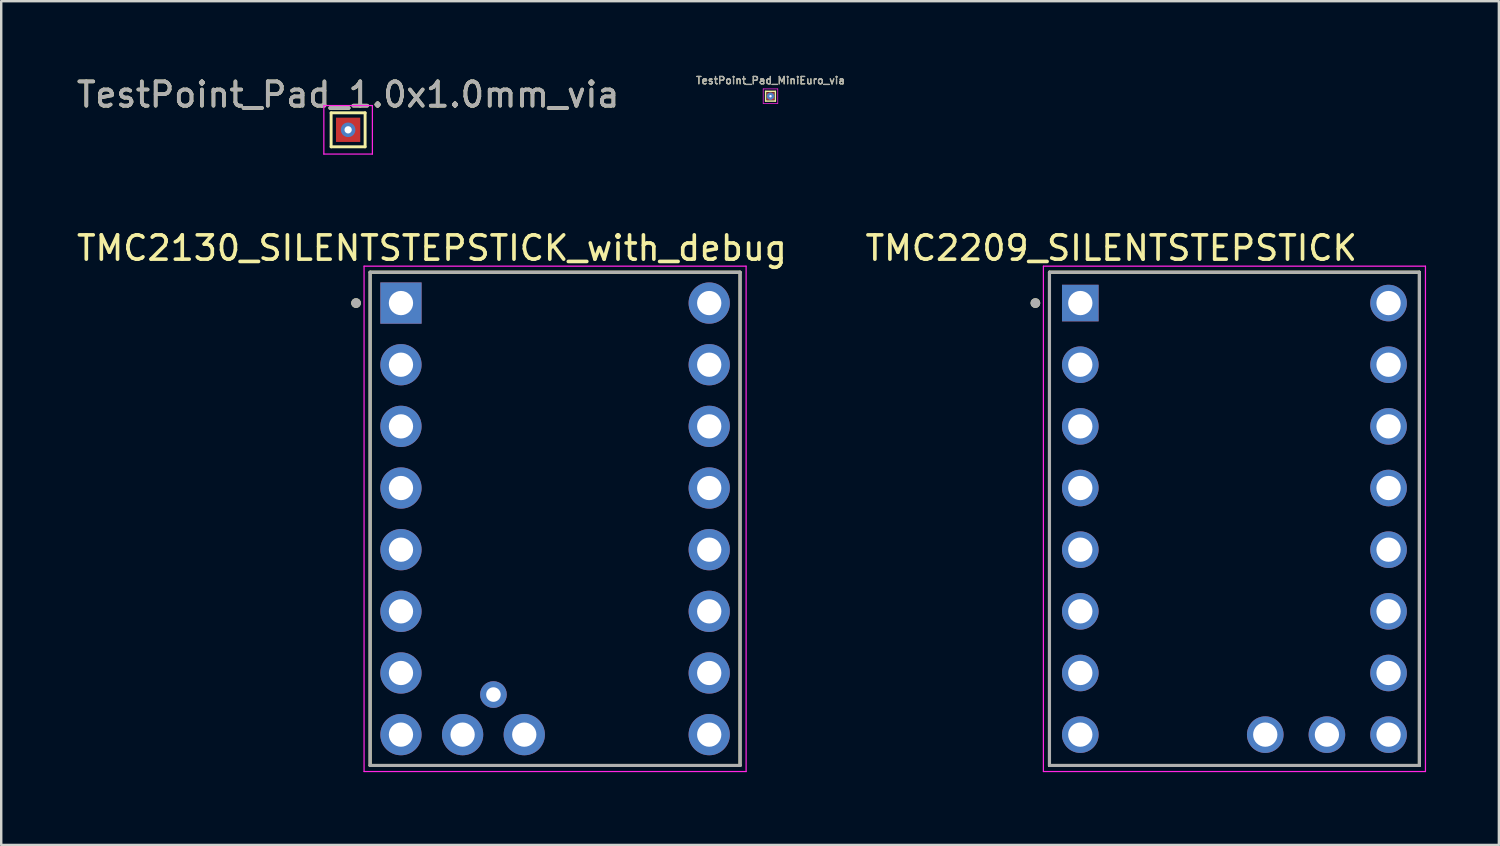
<source format=kicad_pcb>
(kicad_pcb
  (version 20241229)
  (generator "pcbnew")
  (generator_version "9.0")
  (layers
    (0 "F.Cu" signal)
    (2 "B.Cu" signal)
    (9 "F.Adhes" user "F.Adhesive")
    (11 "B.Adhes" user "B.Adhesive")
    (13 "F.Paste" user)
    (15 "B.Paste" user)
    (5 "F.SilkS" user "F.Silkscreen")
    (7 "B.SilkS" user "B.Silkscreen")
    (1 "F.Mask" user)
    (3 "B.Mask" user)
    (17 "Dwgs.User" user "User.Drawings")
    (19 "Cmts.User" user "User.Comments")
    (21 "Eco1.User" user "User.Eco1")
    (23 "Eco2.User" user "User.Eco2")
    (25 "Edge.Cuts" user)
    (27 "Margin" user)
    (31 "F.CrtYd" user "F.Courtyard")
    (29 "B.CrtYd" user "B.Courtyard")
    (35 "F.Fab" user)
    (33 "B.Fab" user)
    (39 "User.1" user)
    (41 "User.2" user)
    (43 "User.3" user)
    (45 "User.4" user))
  (footprint "TestPoint_Pad_1.0x1.0mm_via"
    (layer "F.Cu")
    (at 11.292 2.298)
    (property "Reference" "TestPoint_Pad_1.0x1.0mm_via" (at 0 -1.448 0) (layer "F.SilkS") (effects (font (size 1 1) (thickness 0.15))))
    (attr exclude_from_pos_files exclude_from_bom)
    (fp_line (start -0.7 -0.7) (end 0.7 -0.7) (stroke (width 0.12) (type solid)) (layer "F.SilkS"))
    (fp_line (start -0.7 0.7) (end -0.7 -0.7) (stroke (width 0.12) (type solid)) (layer "F.SilkS"))
    (fp_line (start 0.7 -0.7) (end 0.7 0.7) (stroke (width 0.12) (type solid)) (layer "F.SilkS"))
    (fp_line (start 0.7 0.7) (end -0.7 0.7) (stroke (width 0.12) (type solid)) (layer "F.SilkS"))
    (fp_line (start -1 -1) (end -1 1) (stroke (width 0.05) (type solid)) (layer "F.CrtYd"))
    (fp_line (start -1 -1) (end 1 -1) (stroke (width 0.05) (type solid)) (layer "F.CrtYd"))
    (fp_line (start 1 1) (end -1 1) (stroke (width 0.05) (type solid)) (layer "F.CrtYd"))
    (fp_line (start 1 1) (end 1 -1) (stroke (width 0.05) (type solid)) (layer "F.CrtYd"))
    (fp_text user "${REFERENCE}" (at 0 -1.45 0) (layer "F.Fab") (effects (font (size 1 1) (thickness 0.15))))
    (pad "1" smd rect (at 0 0) (size 1 1) (layers "F.Cu" "F.Mask"))
    (pad "2" thru_hole circle (at 0 0) (size 0.6 0.6) (drill 0.3) (layers "*.Cu" "*.Mask")))
  (footprint "TMC2130_SILENTSTEPSTICK_with_debug"
    (layer "F.Cu")
    (at 19.819 18.326)
    (property "Reference" "TMC2130_SILENTSTEPSTICK_with_debug" (at -5.075 -11.155 0) (layer "F.SilkS") (effects (font (size 1 1) (thickness 0.15))))
    (attr through_hole)
    (fp_line (start -7.62 -10.16) (end 7.62 -10.16) (stroke (width 0.127) (type solid)) (layer "F.SilkS"))
    (fp_line (start -7.62 10.16) (end -7.62 -10.16) (stroke (width 0.127) (type solid)) (layer "F.SilkS"))
    (fp_line (start 7.62 -10.16) (end 7.62 10.16) (stroke (width 0.127) (type solid)) (layer "F.SilkS"))
    (fp_line (start 7.62 10.16) (end -7.62 10.16) (stroke (width 0.127) (type solid)) (layer "F.SilkS"))
    (fp_circle (center -8.2 -8.89) (end -8.1 -8.89) (stroke (width 0.2) (type solid)) (fill no) (layer "F.SilkS"))
    (fp_line (start -7.87 -10.41) (end 7.87 -10.41) (stroke (width 0.05) (type solid)) (layer "F.CrtYd"))
    (fp_line (start -7.87 10.41) (end -7.87 -10.41) (stroke (width 0.05) (type solid)) (layer "F.CrtYd"))
    (fp_line (start 7.87 -10.41) (end 7.87 10.41) (stroke (width 0.05) (type solid)) (layer "F.CrtYd"))
    (fp_line (start 7.87 10.41) (end -7.87 10.41) (stroke (width 0.05) (type solid)) (layer "F.CrtYd"))
    (fp_line (start -7.62 -10.16) (end 7.62 -10.16) (stroke (width 0.127) (type solid)) (layer "F.Fab"))
    (fp_line (start -7.62 10.16) (end -7.62 -10.16) (stroke (width 0.127) (type solid)) (layer "F.Fab"))
    (fp_line (start 7.62 -10.16) (end 7.62 10.16) (stroke (width 0.127) (type solid)) (layer "F.Fab"))
    (fp_line (start 7.62 10.16) (end -7.62 10.16) (stroke (width 0.127) (type solid)) (layer "F.Fab"))
    (fp_circle (center -8.2 -8.89) (end -8.1 -8.89) (stroke (width 0.2) (type solid)) (fill no) (layer "F.Fab"))
    (pad "1" thru_hole rect (at -6.35 -8.89) (size 1.7 1.7) (drill 1) (layers "*.Cu" "*.Mask"))
    (pad "2" thru_hole circle (at -6.35 -6.35) (size 1.7 1.7) (drill 1) (layers "*.Cu" "*.Mask"))
    (pad "3" thru_hole circle (at -6.35 -3.81) (size 1.7 1.7) (drill 1) (layers "*.Cu" "*.Mask"))
    (pad "4" thru_hole circle (at -6.35 -1.27) (size 1.7 1.7) (drill 1) (layers "*.Cu" "*.Mask"))
    (pad "5" thru_hole circle (at -6.35 1.27) (size 1.7 1.7) (drill 1) (layers "*.Cu" "*.Mask"))
    (pad "6" thru_hole circle (at -6.35 3.81) (size 1.7 1.7) (drill 1) (layers "*.Cu" "*.Mask"))
    (pad "7" thru_hole circle (at -6.35 6.35) (size 1.7 1.7) (drill 1) (layers "*.Cu" "*.Mask"))
    (pad "8" thru_hole circle (at -6.35 8.89) (size 1.7 1.7) (drill 1) (layers "*.Cu" "*.Mask"))
    (pad "9" thru_hole circle (at 6.35 8.89) (size 1.7 1.7) (drill 1) (layers "*.Cu" "*.Mask"))
    (pad "10" thru_hole circle (at 6.35 6.35) (size 1.7 1.7) (drill 1) (layers "*.Cu" "*.Mask"))
    (pad "11" thru_hole circle (at 6.35 3.81) (size 1.7 1.7) (drill 1) (layers "*.Cu" "*.Mask"))
    (pad "12" thru_hole circle (at 6.35 1.27) (size 1.7 1.7) (drill 1) (layers "*.Cu" "*.Mask"))
    (pad "13" thru_hole circle (at 6.35 -1.27) (size 1.7 1.7) (drill 1) (layers "*.Cu" "*.Mask"))
    (pad "14" thru_hole circle (at 6.35 -3.81) (size 1.7 1.7) (drill 1) (layers "*.Cu" "*.Mask"))
    (pad "15" thru_hole circle (at 6.35 -6.35) (size 1.7 1.7) (drill 1) (layers "*.Cu" "*.Mask"))
    (pad "16" thru_hole circle (at 6.35 -8.89) (size 1.7 1.7) (drill 1) (layers "*.Cu" "*.Mask"))
    (pad "17" thru_hole circle (at -2.54 7.239) (size 1.1 1.1) (drill 0.6) (layers "*.Cu" "*.Mask"))
    (pad "18" thru_hole circle (at -3.81 8.89) (size 1.7 1.7) (drill 1) (layers "*.Cu" "*.Mask"))
    (pad "19" thru_hole circle (at -1.27 8.89) (size 1.7 1.7) (drill 1) (layers "*.Cu" "*.Mask")))
  (footprint "TestPoint_Pad_MiniEuro_via"
    (layer "F.Cu")
    (at 28.693 0.913)
    (property "Reference" "TestPoint_Pad_MiniEuro_via" (at 0 -0.648 0) (layer "F.SilkS") (effects (font (size 0.3 0.3) (thickness 0.05))))
    (attr exclude_from_pos_files exclude_from_bom)
    (fp_line (start -0.2 -0.2) (end 0.2 -0.2) (stroke (width 0.06) (type solid)) (layer "F.SilkS"))
    (fp_line (start -0.2 0.2) (end -0.2 -0.2) (stroke (width 0.06) (type solid)) (layer "F.SilkS"))
    (fp_line (start 0.2 -0.2) (end 0.2 0.2) (stroke (width 0.06) (type solid)) (layer "F.SilkS"))
    (fp_line (start 0.2 0.2) (end -0.2 0.2) (stroke (width 0.06) (type solid)) (layer "F.SilkS"))
    (fp_line (start -0.3 -0.3) (end -0.3 0.3) (stroke (width 0.03) (type solid)) (layer "F.CrtYd"))
    (fp_line (start -0.3 -0.3) (end 0.3 -0.3) (stroke (width 0.03) (type solid)) (layer "F.CrtYd"))
    (fp_line (start 0.3 0.3) (end -0.3 0.3) (stroke (width 0.03) (type solid)) (layer "F.CrtYd"))
    (fp_line (start 0.3 0.3) (end 0.3 -0.3) (stroke (width 0.03) (type solid)) (layer "F.CrtYd"))
    (fp_text user "${REFERENCE}" (at 0 -0.65 0) (layer "F.Fab") (effects (font (size 0.3 0.3) (thickness 0.05))))
    (pad "1" thru_hole circle (at 0 0) (size 0.3 0.3) (drill 0.1) (layers "*.Cu" "*.Mask"))
    (pad "1" smd rect (at 0 0) (size 0.3 0.3) (layers "F.Cu" "F.Mask")))
  (footprint "TMC2209_SILENTSTEPSTICK"
    (layer "F.Cu")
    (at 47.807 18.326)
    (property "Reference" "TMC2209_SILENTSTEPSTICK" (at -5.075 -11.155 0) (layer "F.SilkS") (effects (font (size 1 1) (thickness 0.15))))
    (attr through_hole)
    (fp_line (start -7.62 -10.16) (end 7.62 -10.16) (stroke (width 0.127) (type solid)) (layer "F.SilkS"))
    (fp_line (start -7.62 10.16) (end -7.62 -10.16) (stroke (width 0.127) (type solid)) (layer "F.SilkS"))
    (fp_line (start 7.62 -10.16) (end 7.62 10.16) (stroke (width 0.127) (type solid)) (layer "F.SilkS"))
    (fp_line (start 7.62 10.16) (end -7.62 10.16) (stroke (width 0.127) (type solid)) (layer "F.SilkS"))
    (fp_circle (center -8.2 -8.89) (end -8.1 -8.89) (stroke (width 0.2) (type solid)) (fill no) (layer "F.SilkS"))
    (fp_line (start -7.87 -10.41) (end 7.87 -10.41) (stroke (width 0.05) (type solid)) (layer "F.CrtYd"))
    (fp_line (start -7.87 10.41) (end -7.87 -10.41) (stroke (width 0.05) (type solid)) (layer "F.CrtYd"))
    (fp_line (start 7.87 -10.41) (end 7.87 10.41) (stroke (width 0.05) (type solid)) (layer "F.CrtYd"))
    (fp_line (start 7.87 10.41) (end -7.87 10.41) (stroke (width 0.05) (type solid)) (layer "F.CrtYd"))
    (fp_line (start -7.62 -10.16) (end 7.62 -10.16) (stroke (width 0.127) (type solid)) (layer "F.Fab"))
    (fp_line (start -7.62 10.16) (end -7.62 -10.16) (stroke (width 0.127) (type solid)) (layer "F.Fab"))
    (fp_line (start 7.62 -10.16) (end 7.62 10.16) (stroke (width 0.127) (type solid)) (layer "F.Fab"))
    (fp_line (start 7.62 10.16) (end -7.62 10.16) (stroke (width 0.127) (type solid)) (layer "F.Fab"))
    (fp_circle (center -8.2 -8.89) (end -8.1 -8.89) (stroke (width 0.2) (type solid)) (fill no) (layer "F.Fab"))
    (pad "1" thru_hole rect (at -6.35 -8.89) (size 1.508 1.508) (drill 1) (layers "*.Cu" "*.Mask"))
    (pad "2" thru_hole circle (at -6.35 -6.35) (size 1.508 1.508) (drill 1) (layers "*.Cu" "*.Mask"))
    (pad "3" thru_hole circle (at -6.35 -3.81) (size 1.508 1.508) (drill 1) (layers "*.Cu" "*.Mask"))
    (pad "4" thru_hole circle (at -6.35 -1.27) (size 1.508 1.508) (drill 1) (layers "*.Cu" "*.Mask"))
    (pad "5" thru_hole circle (at -6.35 1.27) (size 1.508 1.508) (drill 1) (layers "*.Cu" "*.Mask"))
    (pad "6" thru_hole circle (at -6.35 3.81) (size 1.508 1.508) (drill 1) (layers "*.Cu" "*.Mask"))
    (pad "7" thru_hole circle (at -6.35 6.35) (size 1.508 1.508) (drill 1) (layers "*.Cu" "*.Mask"))
    (pad "8" thru_hole circle (at -6.35 8.89) (size 1.508 1.508) (drill 1) (layers "*.Cu" "*.Mask"))
    (pad "9" thru_hole circle (at 6.35 -8.89) (size 1.508 1.508) (drill 1) (layers "*.Cu" "*.Mask"))
    (pad "10" thru_hole circle (at 6.35 -6.35) (size 1.508 1.508) (drill 1) (layers "*.Cu" "*.Mask"))
    (pad "11" thru_hole circle (at 6.35 -3.81) (size 1.508 1.508) (drill 1) (layers "*.Cu" "*.Mask"))
    (pad "12" thru_hole circle (at 6.35 -1.27) (size 1.508 1.508) (drill 1) (layers "*.Cu" "*.Mask"))
    (pad "13" thru_hole circle (at 6.35 1.27) (size 1.508 1.508) (drill 1) (layers "*.Cu" "*.Mask"))
    (pad "14" thru_hole circle (at 6.35 3.81) (size 1.508 1.508) (drill 1) (layers "*.Cu" "*.Mask"))
    (pad "15" thru_hole circle (at 6.35 6.35) (size 1.508 1.508) (drill 1) (layers "*.Cu" "*.Mask"))
    (pad "16" thru_hole circle (at 6.35 8.89) (size 1.508 1.508) (drill 1) (layers "*.Cu" "*.Mask"))
    (pad "17" thru_hole circle (at 1.27 8.89) (size 1.508 1.508) (drill 1) (layers "*.Cu" "*.Mask"))
    (pad "18" thru_hole circle (at 3.81 8.89) (size 1.508 1.508) (drill 1) (layers "*.Cu" "*.Mask")))
  (gr_rect
    (start -3 -3)
    (end 58.702 31.762)
    (stroke (width 0.1) (type default))
    (fill no)
    (layer "Edge.Cuts")))
</source>
